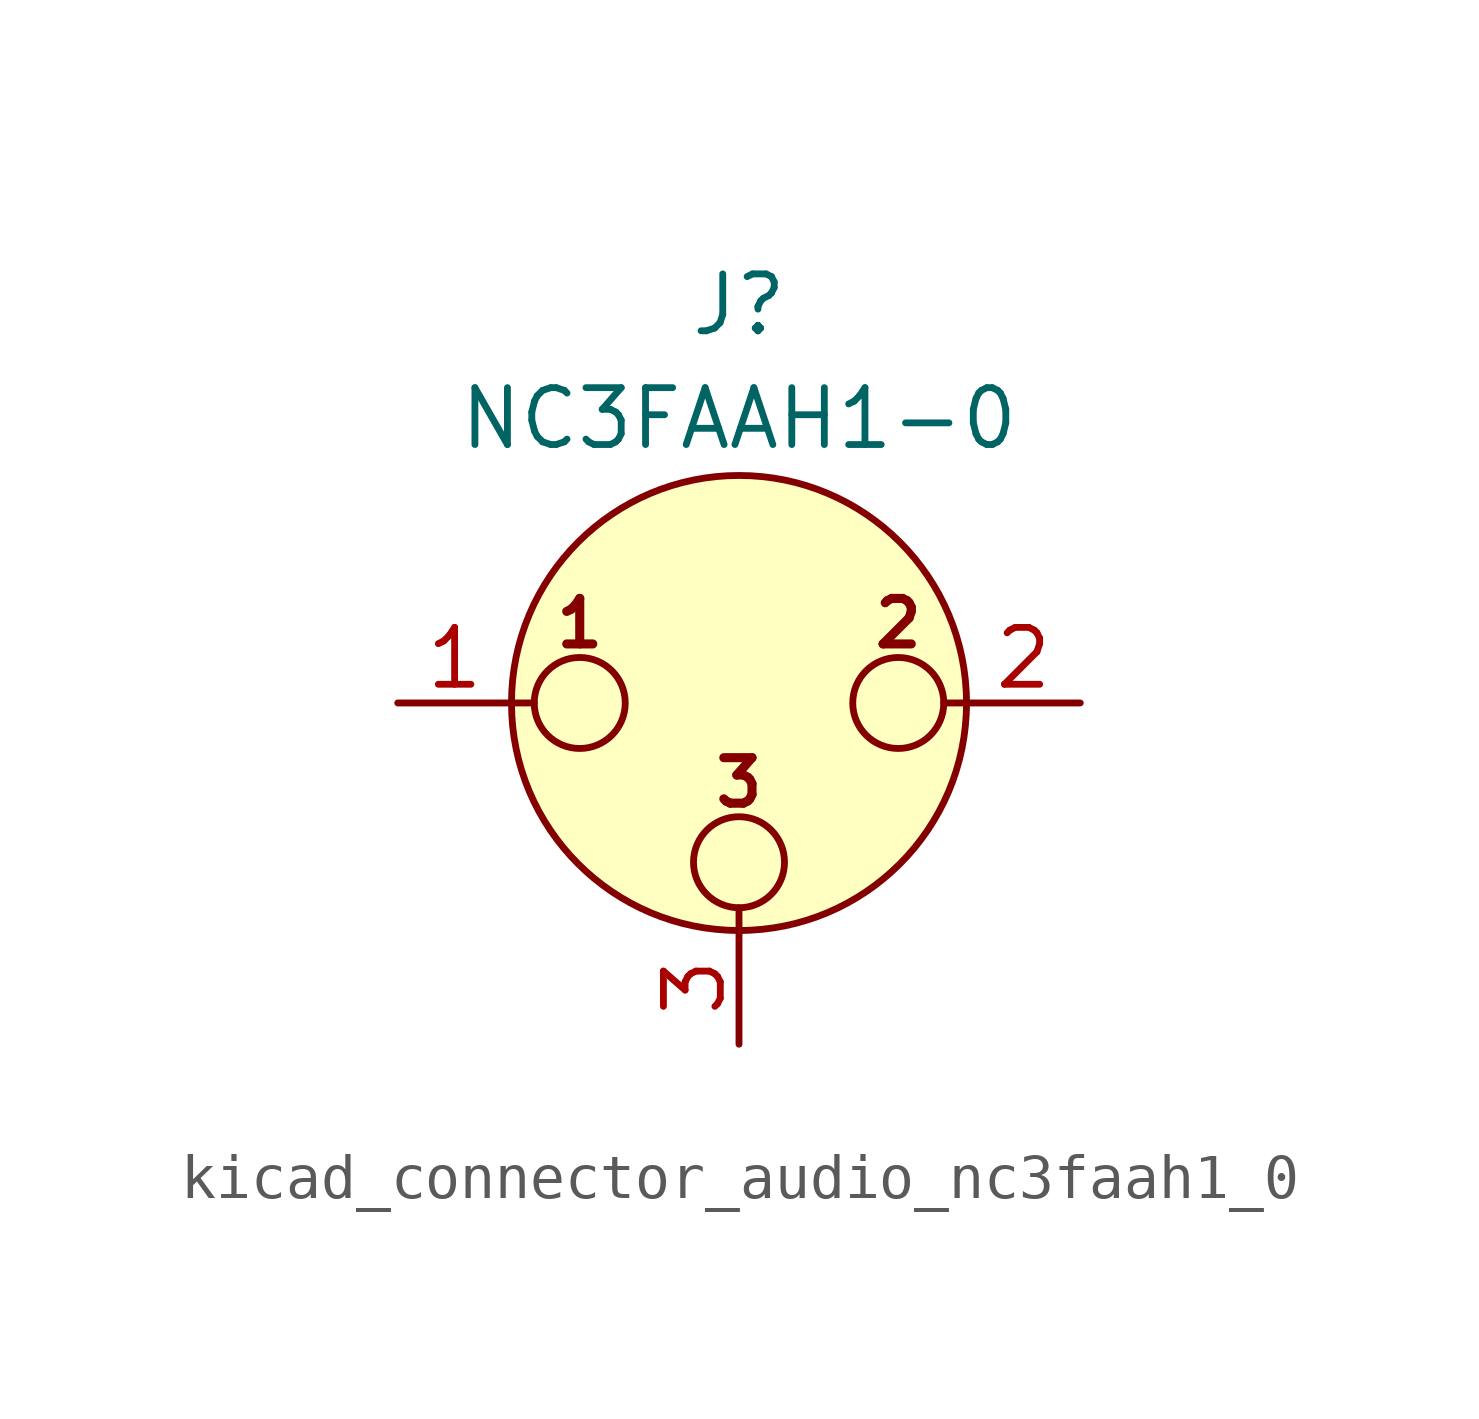
<source format=kicad_sym>
(kicad_symbol_lib
  (version 20220914)
  (generator kicad_symbol_editor)
  (symbol "kicad_connector_audio_nc3faah1_0"
    (pin_names hide)
    (property "Reference" "J"
      (at 0 8.89 0)
      (effects (font (size 1.27 1.27))))
    (property "Value" "NC3FAAH1-0"
      (at 0 6.35 0)
      (effects (font (size 1.27 1.27))))
    (symbol "kicad_connector_audio_nc3faah1_0_0_1"
      (circle (center -3.556 0) (radius 1.016) (stroke (width 0) (type default)) (fill (type none)))
      (circle (center 0 -3.556) (radius 1.016) (stroke (width 0) (type default)) (fill (type none)))
      (polyline (pts (xy -5.08 0) (xy -4.572 0)) (stroke (width 0) (type default)) (fill (type none)))
      (polyline (pts (xy 0 -5.08) (xy 0 -4.572)) (stroke (width 0) (type default)) (fill (type none)))
      (polyline (pts (xy 5.08 0) (xy 4.572 0)) (stroke (width 0) (type default)) (fill (type none)))
      (circle (center 0 0) (radius 5.08) (stroke (width 0) (type default)) (fill (type background)))
      (circle (center 3.556 0) (radius 1.016) (stroke (width 0) (type default)) (fill (type none)))
      (text "1" (at -3.556 1.778 0) (effects (font (size 1.016 1.016) bold)))
      (text "2" (at 3.556 1.778 0) (effects (font (size 1.016 1.016) bold)))
      (text "3" (at 0 -1.778 0) (effects (font (size 1.016 1.016) bold)))
      (pin passive line (at -7.62 0 0) (length 2.54) (name "~" (effects (font (size 1.27 1.27)))) (number "1" (effects (font (size 1.27 1.27)))))
      (pin passive line (at 7.62 0 180) (length 2.54) (name "~" (effects (font (size 1.27 1.27)))) (number "2" (effects (font (size 1.27 1.27)))))
      (pin passive line (at 0 -7.62 90) (length 2.54) (name "~" (effects (font (size 1.27 1.27)))) (number "3" (effects (font (size 1.27 1.27))))))))
</source>
